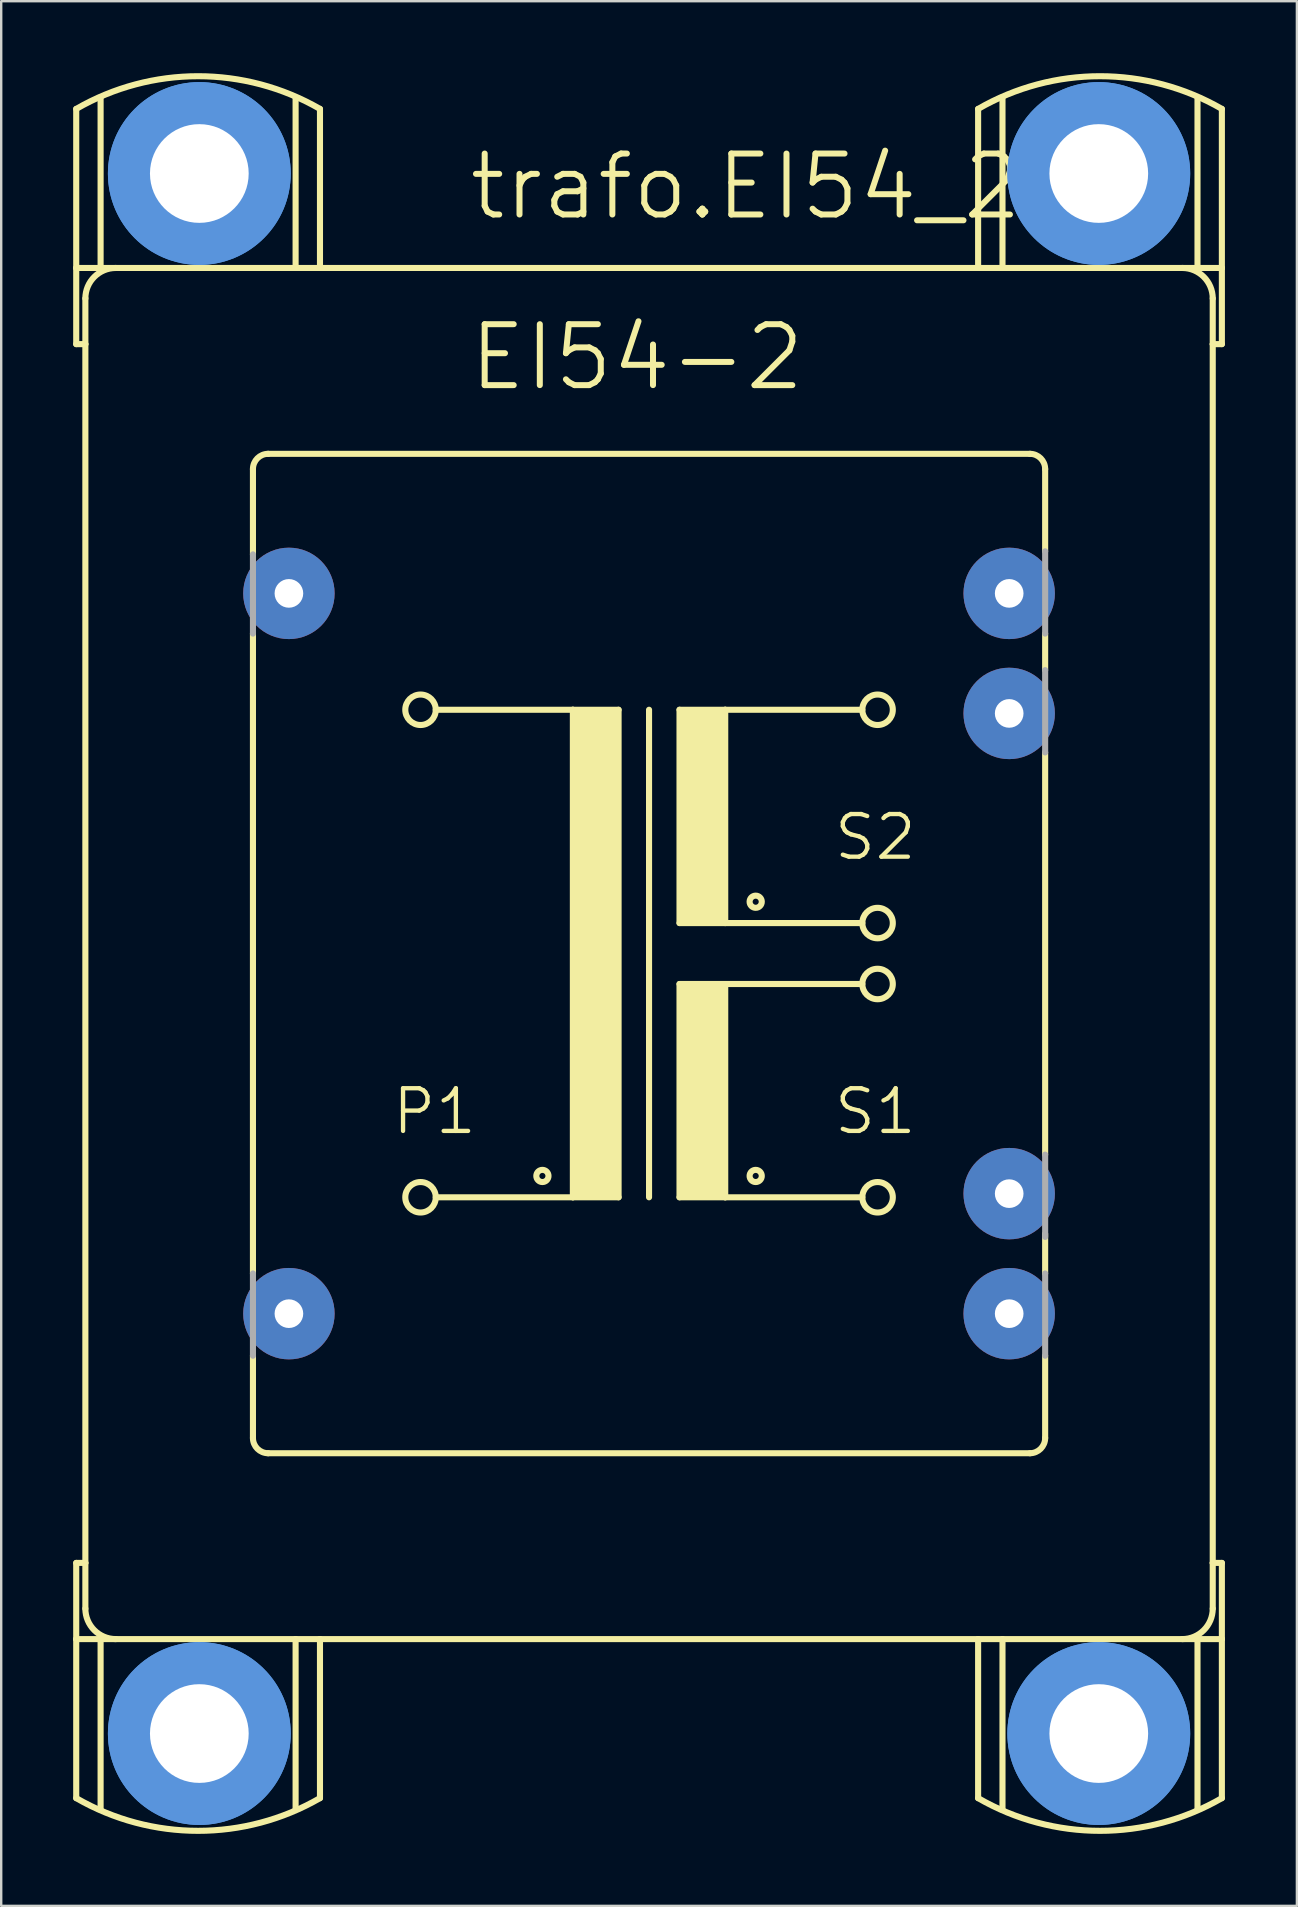
<source format=kicad_pcb>
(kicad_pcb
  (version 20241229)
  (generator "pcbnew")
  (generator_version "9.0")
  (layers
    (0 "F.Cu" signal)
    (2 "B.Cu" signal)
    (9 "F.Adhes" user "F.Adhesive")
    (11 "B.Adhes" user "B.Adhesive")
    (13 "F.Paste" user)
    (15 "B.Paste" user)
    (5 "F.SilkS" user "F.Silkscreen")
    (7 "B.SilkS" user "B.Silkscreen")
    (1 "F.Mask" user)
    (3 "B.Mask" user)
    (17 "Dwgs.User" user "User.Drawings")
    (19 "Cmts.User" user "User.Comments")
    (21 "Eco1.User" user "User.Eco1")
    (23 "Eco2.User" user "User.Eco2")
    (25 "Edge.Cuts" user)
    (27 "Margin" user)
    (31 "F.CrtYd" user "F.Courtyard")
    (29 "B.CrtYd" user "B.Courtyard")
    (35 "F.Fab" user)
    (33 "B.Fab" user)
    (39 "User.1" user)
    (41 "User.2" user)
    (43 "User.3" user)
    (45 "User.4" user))
  (footprint "trafo.EI54_2B"
    (layer "F.Cu")
    (at 24.003 36.694)
    (property "Reference" "trafo.EI54_2B" (at -7.62 -30.48 0) (layer "F.SilkS") (effects (font (size 2.54 2.54) (thickness 0.25)) (justify left bottom)))
    (attr through_hole)
    (fp_line (start -23.876 -35.204) (end -23.876 -28.575) (stroke (width 0.254) (type default)) (layer "F.SilkS"))
    (fp_line (start -23.876 -28.575) (end -22.86 -28.575) (stroke (width 0.254) (type default)) (layer "F.SilkS"))
    (fp_line (start -23.876 -25.4) (end -23.876 -28.575) (stroke (width 0.254) (type default)) (layer "F.SilkS"))
    (fp_line (start -23.876 -25.4) (end -23.495 -25.4) (stroke (width 0.254) (type default)) (layer "F.SilkS"))
    (fp_line (start -23.876 25.4) (end -23.495 25.4) (stroke (width 0.254) (type default)) (layer "F.SilkS"))
    (fp_line (start -23.876 28.575) (end -23.876 25.4) (stroke (width 0.254) (type default)) (layer "F.SilkS"))
    (fp_line (start -23.876 28.575) (end -23.876 35.204) (stroke (width 0.254) (type default)) (layer "F.SilkS"))
    (fp_line (start -23.876 28.575) (end -22.86 28.575) (stroke (width 0.254) (type default)) (layer "F.SilkS"))
    (fp_line (start -23.495 -25.4) (end -23.495 -27.305) (stroke (width 0.254) (type default)) (layer "F.SilkS"))
    (fp_line (start -23.495 25.4) (end -23.495 -25.4) (stroke (width 0.254) (type default)) (layer "F.SilkS"))
    (fp_line (start -23.495 27.305) (end -23.495 25.4) (stroke (width 0.254) (type default)) (layer "F.SilkS"))
    (fp_line (start -22.86 -28.575) (end -22.86 -35.687) (stroke (width 0.254) (type default)) (layer "F.SilkS"))
    (fp_line (start -22.86 -28.575) (end -22.86 -28.448) (stroke (width 0.254) (type default)) (layer "F.SilkS"))
    (fp_line (start -22.86 -28.575) (end -14.732 -28.575) (stroke (width 0.254) (type default)) (layer "F.SilkS"))
    (fp_line (start -22.86 28.575) (end -22.86 28.448) (stroke (width 0.254) (type default)) (layer "F.SilkS"))
    (fp_line (start -22.86 28.575) (end -22.86 35.687) (stroke (width 0.254) (type default)) (layer "F.SilkS"))
    (fp_line (start -16.51 -20.193) (end -16.51 -16.637) (stroke (width 0.254) (type default)) (layer "F.SilkS"))
    (fp_line (start -16.51 -13.335) (end -16.51 13.335) (stroke (width 0.254) (type default)) (layer "F.SilkS"))
    (fp_line (start -16.51 20.193) (end -16.51 16.764) (stroke (width 0.254) (type default)) (layer "F.SilkS"))
    (fp_line (start -15.875 -20.828) (end 15.875 -20.828) (stroke (width 0.254) (type default)) (layer "F.SilkS"))
    (fp_line (start -15.875 20.828) (end 15.875 20.828) (stroke (width 0.254) (type default)) (layer "F.SilkS"))
    (fp_line (start -14.732 -28.575) (end -14.732 -35.687) (stroke (width 0.254) (type default)) (layer "F.SilkS"))
    (fp_line (start -14.732 -28.575) (end -13.716 -28.575) (stroke (width 0.254) (type default)) (layer "F.SilkS"))
    (fp_line (start -14.732 28.575) (end -22.86 28.575) (stroke (width 0.254) (type default)) (layer "F.SilkS"))
    (fp_line (start -14.732 28.575) (end -14.732 35.687) (stroke (width 0.254) (type default)) (layer "F.SilkS"))
    (fp_line (start -13.716 -28.575) (end -13.716 -35.204) (stroke (width 0.254) (type default)) (layer "F.SilkS"))
    (fp_line (start -13.716 28.575) (end -14.732 28.575) (stroke (width 0.254) (type default)) (layer "F.SilkS"))
    (fp_line (start -13.716 35.204) (end -13.716 28.575) (stroke (width 0.254) (type default)) (layer "F.SilkS"))
    (fp_line (start -8.89 -10.16) (end -3.175 -10.16) (stroke (width 0.254) (type default)) (layer "F.SilkS"))
    (fp_line (start -3.175 -10.16) (end -3.175 10.16) (stroke (width 0.254) (type default)) (layer "F.SilkS"))
    (fp_line (start -3.175 -10.16) (end -1.27 -10.16) (stroke (width 0.254) (type default)) (layer "F.SilkS"))
    (fp_line (start -3.175 10.16) (end -8.89 10.16) (stroke (width 0.254) (type default)) (layer "F.SilkS"))
    (fp_line (start -1.27 -10.16) (end -1.27 10.16) (stroke (width 0.254) (type default)) (layer "F.SilkS"))
    (fp_line (start -1.27 10.16) (end -3.175 10.16) (stroke (width 0.254) (type default)) (layer "F.SilkS"))
    (fp_line (start 0 -10.16) (end 0 10.16) (stroke (width 0.254) (type default)) (layer "F.SilkS"))
    (fp_line (start 1.27 -10.16) (end 1.27 -1.27) (stroke (width 0.254) (type default)) (layer "F.SilkS"))
    (fp_line (start 1.27 -10.16) (end 3.175 -10.16) (stroke (width 0.254) (type default)) (layer "F.SilkS"))
    (fp_line (start 1.27 -1.27) (end 3.175 -1.27) (stroke (width 0.254) (type default)) (layer "F.SilkS"))
    (fp_line (start 1.27 1.27) (end 1.27 10.16) (stroke (width 0.254) (type default)) (layer "F.SilkS"))
    (fp_line (start 1.27 1.27) (end 3.175 1.27) (stroke (width 0.254) (type default)) (layer "F.SilkS"))
    (fp_line (start 1.27 10.16) (end 3.175 10.16) (stroke (width 0.254) (type default)) (layer "F.SilkS"))
    (fp_line (start 3.175 -10.16) (end 8.89 -10.16) (stroke (width 0.254) (type default)) (layer "F.SilkS"))
    (fp_line (start 3.175 -1.27) (end 3.175 -10.16) (stroke (width 0.254) (type default)) (layer "F.SilkS"))
    (fp_line (start 3.175 -1.27) (end 8.89 -1.27) (stroke (width 0.254) (type default)) (layer "F.SilkS"))
    (fp_line (start 3.175 1.27) (end 8.89 1.27) (stroke (width 0.254) (type default)) (layer "F.SilkS"))
    (fp_line (start 3.175 10.16) (end 3.175 1.27) (stroke (width 0.254) (type default)) (layer "F.SilkS"))
    (fp_line (start 3.175 10.16) (end 8.89 10.16) (stroke (width 0.254) (type default)) (layer "F.SilkS"))
    (fp_line (start 13.716 -35.204) (end 13.716 -28.575) (stroke (width 0.254) (type default)) (layer "F.SilkS"))
    (fp_line (start 13.716 -28.575) (end -13.716 -28.575) (stroke (width 0.254) (type default)) (layer "F.SilkS"))
    (fp_line (start 13.716 -28.575) (end 14.732 -28.575) (stroke (width 0.254) (type default)) (layer "F.SilkS"))
    (fp_line (start 13.716 28.575) (end -13.716 28.575) (stroke (width 0.254) (type default)) (layer "F.SilkS"))
    (fp_line (start 13.716 28.575) (end 13.716 35.204) (stroke (width 0.254) (type default)) (layer "F.SilkS"))
    (fp_line (start 14.732 -28.575) (end 14.732 -35.687) (stroke (width 0.254) (type default)) (layer "F.SilkS"))
    (fp_line (start 14.732 -28.575) (end 22.86 -28.575) (stroke (width 0.254) (type default)) (layer "F.SilkS"))
    (fp_line (start 14.732 28.575) (end 13.716 28.575) (stroke (width 0.254) (type default)) (layer "F.SilkS"))
    (fp_line (start 14.732 28.575) (end 14.732 35.687) (stroke (width 0.254) (type default)) (layer "F.SilkS"))
    (fp_line (start 16.51 -20.193) (end 16.51 -16.764) (stroke (width 0.254) (type default)) (layer "F.SilkS"))
    (fp_line (start 16.51 -13.335) (end 16.51 -11.811) (stroke (width 0.254) (type default)) (layer "F.SilkS"))
    (fp_line (start 16.51 -8.382) (end 16.51 8.382) (stroke (width 0.254) (type default)) (layer "F.SilkS"))
    (fp_line (start 16.51 11.684) (end 16.51 13.335) (stroke (width 0.254) (type default)) (layer "F.SilkS"))
    (fp_line (start 16.51 20.193) (end 16.51 16.764) (stroke (width 0.254) (type default)) (layer "F.SilkS"))
    (fp_line (start 22.86 -28.575) (end 22.86 -35.687) (stroke (width 0.254) (type default)) (layer "F.SilkS"))
    (fp_line (start 22.86 -28.575) (end 22.86 -28.448) (stroke (width 0.254) (type default)) (layer "F.SilkS"))
    (fp_line (start 22.86 -28.575) (end 23.876 -28.575) (stroke (width 0.254) (type default)) (layer "F.SilkS"))
    (fp_line (start 22.86 28.575) (end 14.732 28.575) (stroke (width 0.254) (type default)) (layer "F.SilkS"))
    (fp_line (start 22.86 28.575) (end 22.86 28.448) (stroke (width 0.254) (type default)) (layer "F.SilkS"))
    (fp_line (start 22.86 28.575) (end 22.86 35.687) (stroke (width 0.254) (type default)) (layer "F.SilkS"))
    (fp_line (start 23.495 -27.305) (end 23.495 -25.4) (stroke (width 0.254) (type default)) (layer "F.SilkS"))
    (fp_line (start 23.495 -25.4) (end 23.495 25.4) (stroke (width 0.254) (type default)) (layer "F.SilkS"))
    (fp_line (start 23.495 -25.4) (end 23.876 -25.4) (stroke (width 0.254) (type default)) (layer "F.SilkS"))
    (fp_line (start 23.495 25.4) (end 23.495 27.305) (stroke (width 0.254) (type default)) (layer "F.SilkS"))
    (fp_line (start 23.495 25.4) (end 23.876 25.4) (stroke (width 0.254) (type default)) (layer "F.SilkS"))
    (fp_line (start 23.876 -28.575) (end 23.876 -35.204) (stroke (width 0.254) (type default)) (layer "F.SilkS"))
    (fp_line (start 23.876 -25.4) (end 23.876 -28.575) (stroke (width 0.254) (type default)) (layer "F.SilkS"))
    (fp_line (start 23.876 28.575) (end 22.86 28.575) (stroke (width 0.254) (type default)) (layer "F.SilkS"))
    (fp_line (start 23.876 28.575) (end 23.876 25.4) (stroke (width 0.254) (type default)) (layer "F.SilkS"))
    (fp_line (start 23.876 35.204) (end 23.876 28.575) (stroke (width 0.254) (type default)) (layer "F.SilkS"))
    (fp_rect (start -3.175 10.16) (end -1.27 -10.16) (stroke (width 0.05) (type default)) (fill yes) (layer "F.SilkS"))
    (fp_rect (start 1.27 -1.27) (end 3.175 -10.16) (stroke (width 0.05) (type default)) (fill yes) (layer "F.SilkS"))
    (fp_rect (start 1.27 10.16) (end 3.175 1.27) (stroke (width 0.05) (type default)) (fill yes) (layer "F.SilkS"))
    (fp_arc (start -23.876 -35.2044) (mid -18.796 -36.566979) (end -13.716 -35.2044) (stroke (width 0.254) (type default)) (layer "F.SilkS"))
    (fp_arc (start -23.495 -27.305) (mid -23.123026 -28.203026) (end -22.225 -28.575) (stroke (width 0.254) (type default)) (layer "F.SilkS"))
    (fp_arc (start -22.225 28.575) (mid -23.123026 28.203026) (end -23.495 27.305) (stroke (width 0.254) (type default)) (layer "F.SilkS"))
    (fp_arc (start -16.51 -20.193) (mid -16.324013 -20.642013) (end -15.875 -20.828) (stroke (width 0.254) (type default)) (layer "F.SilkS"))
    (fp_arc (start -15.875 20.828) (mid -16.324013 20.642013) (end -16.51 20.193) (stroke (width 0.254) (type default)) (layer "F.SilkS"))
    (fp_arc (start -13.716 35.2044) (mid -18.796 36.566979) (end -23.876 35.2044) (stroke (width 0.254) (type default)) (layer "F.SilkS"))
    (fp_arc (start 13.716 -35.2044) (mid 18.796 -36.566979) (end 23.876 -35.2044) (stroke (width 0.254) (type default)) (layer "F.SilkS"))
    (fp_arc (start 15.875 -20.828) (mid 16.324013 -20.642013) (end 16.51 -20.193) (stroke (width 0.254) (type default)) (layer "F.SilkS"))
    (fp_arc (start 16.51 20.193) (mid 16.324013 20.642013) (end 15.875 20.828) (stroke (width 0.254) (type default)) (layer "F.SilkS"))
    (fp_arc (start 22.225 -28.575) (mid 23.123026 -28.203026) (end 23.495 -27.305) (stroke (width 0.254) (type default)) (layer "F.SilkS"))
    (fp_arc (start 23.495 27.305) (mid 23.123026 28.203026) (end 22.225 28.575) (stroke (width 0.254) (type default)) (layer "F.SilkS"))
    (fp_arc (start 23.876 35.2044) (mid 18.796 36.566979) (end 13.716 35.2044) (stroke (width 0.254) (type default)) (layer "F.SilkS"))
    (fp_circle (center -9.525 -10.16) (end -8.89 -10.16) (stroke (width 0.254) (type default)) (fill no) (layer "F.SilkS"))
    (fp_circle (center -9.525 10.16) (end -8.89 10.16) (stroke (width 0.254) (type default)) (fill no) (layer "F.SilkS"))
    (fp_circle (center -4.445 9.271) (end -4.191 9.271) (stroke (width 0.254) (type default)) (fill no) (layer "F.SilkS"))
    (fp_circle (center 4.445 -2.159) (end 4.699 -2.159) (stroke (width 0.254) (type default)) (fill no) (layer "F.SilkS"))
    (fp_circle (center 4.445 9.271) (end 4.699 9.271) (stroke (width 0.254) (type default)) (fill no) (layer "F.SilkS"))
    (fp_circle (center 9.525 -10.16) (end 10.16 -10.16) (stroke (width 0.254) (type default)) (fill no) (layer "F.SilkS"))
    (fp_circle (center 9.525 -1.27) (end 10.16 -1.27) (stroke (width 0.254) (type default)) (fill no) (layer "F.SilkS"))
    (fp_circle (center 9.525 1.27) (end 10.16 1.27) (stroke (width 0.254) (type default)) (fill no) (layer "F.SilkS"))
    (fp_circle (center 9.525 10.16) (end 10.16 10.16) (stroke (width 0.254) (type default)) (fill no) (layer "F.SilkS"))
    (fp_circle (center -18.745 -32.512) (end -15.824 -32.512) (stroke (width 1.778) (type default)) (fill no) (layer "Cmts.User"))
    (fp_circle (center -18.745 -32.512) (end -15.824 -32.512) (stroke (width 1.778) (type default)) (fill no) (layer "Cmts.User"))
    (fp_circle (center -18.745 32.512) (end -15.824 32.512) (stroke (width 1.778) (type default)) (fill no) (layer "Cmts.User"))
    (fp_circle (center -18.745 32.512) (end -15.824 32.512) (stroke (width 1.778) (type default)) (fill no) (layer "Cmts.User"))
    (fp_circle (center 18.745 -32.512) (end 21.666 -32.512) (stroke (width 1.778) (type default)) (fill no) (layer "Cmts.User"))
    (fp_circle (center 18.745 -32.512) (end 21.666 -32.512) (stroke (width 1.778) (type default)) (fill no) (layer "Cmts.User"))
    (fp_circle (center 18.745 32.512) (end 21.666 32.512) (stroke (width 1.778) (type default)) (fill no) (layer "Cmts.User"))
    (fp_circle (center 18.745 32.512) (end 21.666 32.512) (stroke (width 1.778) (type default)) (fill no) (layer "Cmts.User"))
    (fp_line (start -16.51 -13.335) (end -16.51 -16.637) (stroke (width 0.254) (type default)) (layer "F.Fab"))
    (fp_line (start -16.51 13.335) (end -16.51 16.764) (stroke (width 0.254) (type default)) (layer "F.Fab"))
    (fp_line (start 16.51 -13.335) (end 16.51 -16.764) (stroke (width 0.254) (type default)) (layer "F.Fab"))
    (fp_line (start 16.51 -8.382) (end 16.51 -11.811) (stroke (width 0.254) (type default)) (layer "F.Fab"))
    (fp_line (start 16.51 11.811) (end 16.51 8.382) (stroke (width 0.254) (type default)) (layer "F.Fab"))
    (fp_line (start 16.51 16.764) (end 16.51 13.335) (stroke (width 0.254) (type default)) (layer "F.Fab"))
    (fp_text user "S2" (at 7.62 -3.81 0) (layer "F.SilkS") (effects (font (size 1.778 1.778) (thickness 0.18)) (justify left bottom)))
    (fp_text user "EI54-2" (at -7.62 -23.368 0) (layer "F.SilkS") (effects (font (size 2.54 2.54) (thickness 0.25)) (justify left bottom)))
    (fp_text user "P1" (at -10.795 7.62 0) (layer "F.SilkS") (effects (font (size 1.778 1.778) (thickness 0.18)) (justify left bottom)))
    (fp_text user "S1" (at 7.62 7.62 0) (layer "F.SilkS") (effects (font (size 1.778 1.778) (thickness 0.18)) (justify left bottom)))
    (pad "" np_thru_hole circle (at -18.745 -32.512) (size 4.115 4.115) (drill 4.115) (layers "*.Cu" "*.Mask"))
    (pad "" np_thru_hole circle (at -18.745 32.512) (size 4.115 4.115) (drill 4.115) (layers "*.Cu" "*.Mask"))
    (pad "" np_thru_hole circle (at 18.745 -32.512) (size 4.115 4.115) (drill 4.115) (layers "*.Cu" "*.Mask"))
    (pad "" np_thru_hole circle (at 18.745 32.512) (size 4.115 4.115) (drill 4.115) (layers "*.Cu" "*.Mask"))
    (pad "1" thru_hole circle (at -15.011 -15.011) (size 3.81 3.81) (drill 1.194) (layers "*.Cu" "*.Mask"))
    (pad "7" thru_hole circle (at -15.011 15.011) (size 3.81 3.81) (drill 1.194) (layers "*.Cu" "*.Mask"))
    (pad "8" thru_hole circle (at 15.011 15.011) (size 3.81 3.81) (drill 1.194) (layers "*.Cu" "*.Mask"))
    (pad "9" thru_hole circle (at 15.011 10.008) (size 3.81 3.81) (drill 1.194) (layers "*.Cu" "*.Mask"))
    (pad "13" thru_hole circle (at 15.011 -10.008) (size 3.81 3.81) (drill 1.194) (layers "*.Cu" "*.Mask"))
    (pad "14" thru_hole circle (at 15.011 -15.011) (size 3.81 3.81) (drill 1.194) (layers "*.Cu" "*.Mask")))
  (gr_rect
    (start -3 -3)
    (end 51.006 76.388)
    (stroke (width 0.1) (type default))
    (fill no)
    (layer "Edge.Cuts")))
</source>
